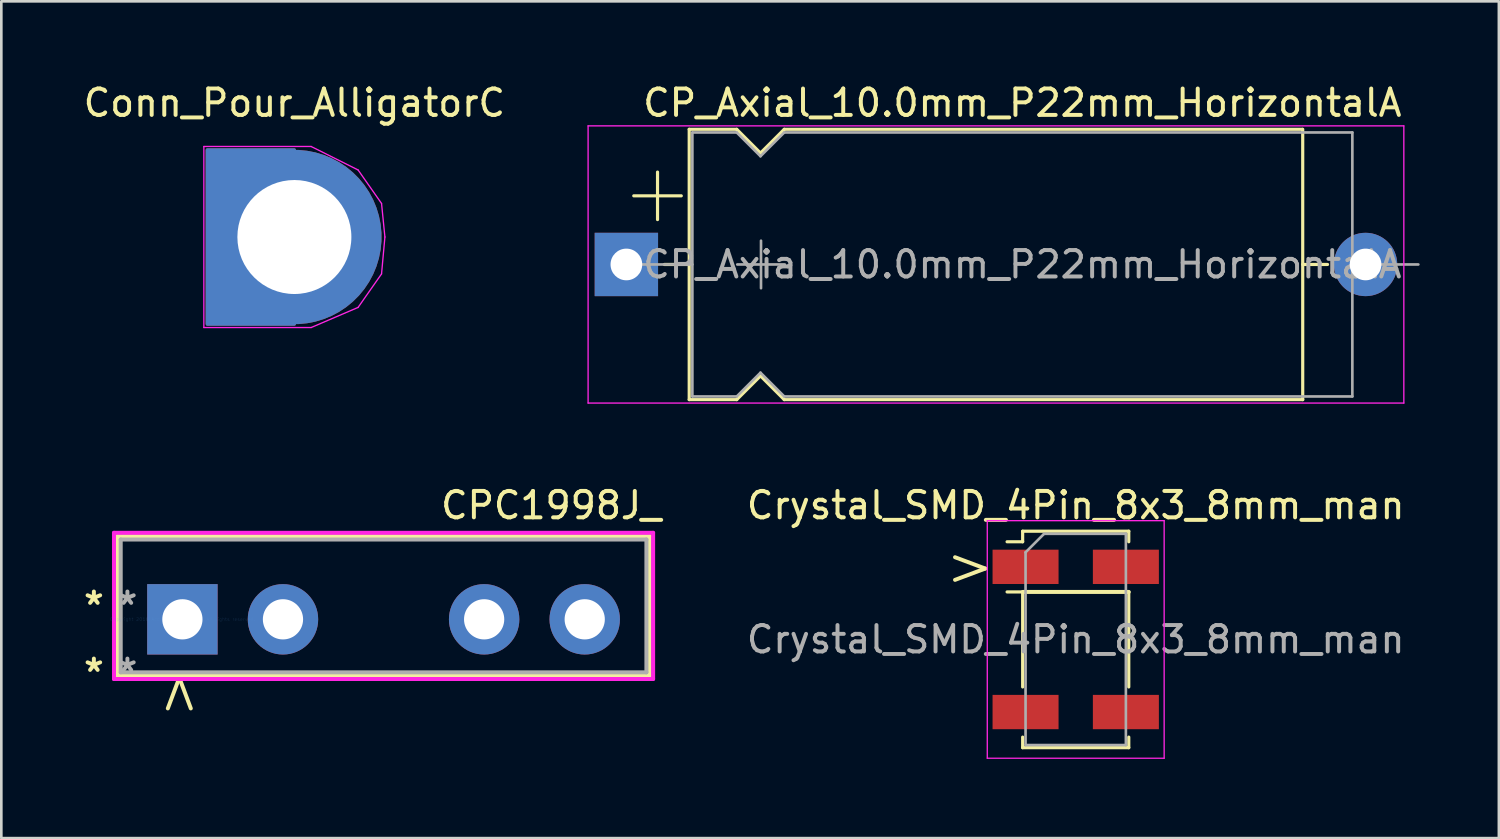
<source format=kicad_pcb>
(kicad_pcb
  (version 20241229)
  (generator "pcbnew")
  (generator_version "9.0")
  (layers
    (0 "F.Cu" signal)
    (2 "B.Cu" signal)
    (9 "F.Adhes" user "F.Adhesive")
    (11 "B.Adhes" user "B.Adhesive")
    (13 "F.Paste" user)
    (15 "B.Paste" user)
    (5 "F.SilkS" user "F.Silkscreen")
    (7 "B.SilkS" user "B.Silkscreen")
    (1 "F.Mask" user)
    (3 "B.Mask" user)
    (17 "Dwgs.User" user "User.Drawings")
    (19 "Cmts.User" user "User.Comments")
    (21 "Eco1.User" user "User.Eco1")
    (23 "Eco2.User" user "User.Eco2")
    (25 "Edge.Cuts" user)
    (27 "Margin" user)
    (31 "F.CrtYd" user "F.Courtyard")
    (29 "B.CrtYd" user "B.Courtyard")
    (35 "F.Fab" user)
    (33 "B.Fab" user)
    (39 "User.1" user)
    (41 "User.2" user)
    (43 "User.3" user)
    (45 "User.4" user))
  (footprint "CPC1998J_"
    (layer "F.Cu")
    (at 3.859 20.41)
    (property "Reference" "CPC1998J_" (at 13.97 -4.318 0) (layer "F.SilkS") (effects (font (size 1 1) (thickness 0.15))))
    (attr through_hole)
    (fp_line (start -2.464 -3.15) (end -2.464 2.134) (stroke (width 0.152) (type solid)) (layer "F.SilkS"))
    (fp_line (start -2.464 2.134) (end 17.704 2.134) (stroke (width 0.152) (type solid)) (layer "F.SilkS"))
    (fp_line (start 17.704 -3.15) (end -2.464 -3.15) (stroke (width 0.152) (type solid)) (layer "F.SilkS"))
    (fp_line (start 17.704 2.134) (end 17.704 -3.15) (stroke (width 0.152) (type solid)) (layer "F.SilkS"))
    (fp_line (start -2.591 -3.277) (end 17.831 -3.277) (stroke (width 0.152) (type solid)) (layer "F.CrtYd"))
    (fp_line (start -2.591 2.261) (end -2.591 -3.277) (stroke (width 0.152) (type solid)) (layer "F.CrtYd"))
    (fp_line (start 17.831 -3.277) (end 17.831 2.261) (stroke (width 0.152) (type solid)) (layer "F.CrtYd"))
    (fp_line (start 17.831 2.261) (end -2.591 2.261) (stroke (width 0.152) (type solid)) (layer "F.CrtYd"))
    (fp_line (start -2.337 -3.023) (end -2.337 2.007) (stroke (width 0.152) (type solid)) (layer "F.Fab"))
    (fp_line (start -2.337 2.007) (end 17.577 2.007) (stroke (width 0.152) (type solid)) (layer "F.Fab"))
    (fp_line (start 17.577 -3.023) (end -2.337 -3.023) (stroke (width 0.152) (type solid)) (layer "F.Fab"))
    (fp_line (start 17.577 2.007) (end 17.577 -3.023) (stroke (width 0.152) (type solid)) (layer "F.Fab"))
    (fp_text user "*" (at -3.353 2.032 0) (layer "F.SilkS") (effects (font (size 1 1) (thickness 0.15))))
    (fp_text user "<" (at 0 2.794 270) (unlocked yes) (layer "F.SilkS") (effects (font (size 1.524 1.524) (thickness 0.15))))
    (fp_text user "*" (at -3.353 -0.508 0) (layer "F.SilkS") (effects (font (size 1 1) (thickness 0.15))))
    (fp_text user "Copyright 2016 Accelerated Designs. All rights reserved." (at 0 0 0) (layer "Cmts.User") (effects (font (size 0.127 0.127) (thickness 0.002))))
    (fp_text user "*" (at -2.083 -0.508 0) (layer "F.Fab") (effects (font (size 1 1) (thickness 0.15))))
    (fp_text user "*" (at -2.083 2.032 0) (layer "F.Fab") (effects (font (size 1 1) (thickness 0.15))))
    (pad "1" thru_hole rect (at 0 0) (size 2.667 2.667) (drill 1.524) (layers "*.Cu" "*.Mask"))
    (pad "2" thru_hole circle (at 3.81 0) (size 2.667 2.667) (drill 1.524) (layers "*.Cu" "*.Mask"))
    (pad "3" thru_hole circle (at 11.43 0) (size 2.667 2.667) (drill 1.524) (layers "*.Cu" "*.Mask"))
    (pad "4" thru_hole circle (at 15.24 0) (size 2.667 2.667) (drill 1.524) (layers "*.Cu" "*.Mask")))
  (footprint "Crystal_SMD_4Pin_8x3_8mm_man"
    (layer "F.Cu")
    (at 37.698 21.172)
    (property "Reference" "Crystal_SMD_4Pin_8x3_8mm_man" (at 0 -5.08 0) (layer "F.SilkS") (effects (font (size 1 1) (thickness 0.15))))
    (attr smd)
    (fp_line (start -2.6 -3.7) (end -2.01 -3.7) (stroke (width 0.12) (type solid)) (layer "F.SilkS"))
    (fp_line (start -2.01 -4.1) (end -2.01 -3.7) (stroke (width 0.12) (type solid)) (layer "F.SilkS"))
    (fp_line (start -2.01 -1.8) (end -2.6 -1.8) (stroke (width 0.12) (type solid)) (layer "F.SilkS"))
    (fp_line (start -2.01 -1.8) (end -2.01 1.8) (stroke (width 0.12) (type solid)) (layer "F.SilkS"))
    (fp_line (start -2.01 4.1) (end -2.01 3.7) (stroke (width 0.12) (type solid)) (layer "F.SilkS"))
    (fp_line (start -2 -1.8) (end 2.01 -1.8) (stroke (width 0.15) (type solid)) (layer "F.SilkS"))
    (fp_line (start 2.01 -4.1) (end -2.01 -4.1) (stroke (width 0.12) (type solid)) (layer "F.SilkS"))
    (fp_line (start 2.01 -4.1) (end 2.01 -3.7) (stroke (width 0.12) (type solid)) (layer "F.SilkS"))
    (fp_line (start 2.01 -1.8) (end 2.01 1.8) (stroke (width 0.12) (type solid)) (layer "F.SilkS"))
    (fp_line (start 2.01 4.1) (end -2.01 4.1) (stroke (width 0.12) (type solid)) (layer "F.SilkS"))
    (fp_line (start 2.01 4.1) (end 2.01 3.7) (stroke (width 0.12) (type solid)) (layer "F.SilkS"))
    (fp_line (start -3.35 -4.5) (end -3.35 4.5) (stroke (width 0.05) (type solid)) (layer "F.CrtYd"))
    (fp_line (start -3.35 4.5) (end 3.35 4.5) (stroke (width 0.05) (type solid)) (layer "F.CrtYd"))
    (fp_line (start 3.35 -4.5) (end -3.35 -4.5) (stroke (width 0.05) (type solid)) (layer "F.CrtYd"))
    (fp_line (start 3.35 4.5) (end 3.35 -4.5) (stroke (width 0.05) (type solid)) (layer "F.CrtYd"))
    (fp_line (start -1.9 -3.3) (end -1.2 -4) (stroke (width 0.1) (type solid)) (layer "F.Fab"))
    (fp_line (start -1.9 4) (end -1.9 -3.3) (stroke (width 0.1) (type solid)) (layer "F.Fab"))
    (fp_line (start -1.2 -4) (end 1.9 -4) (stroke (width 0.1) (type solid)) (layer "F.Fab"))
    (fp_line (start 1.9 -4) (end 1.9 4) (stroke (width 0.1) (type solid)) (layer "F.Fab"))
    (fp_line (start 1.9 4) (end -1.9 4) (stroke (width 0.1) (type solid)) (layer "F.Fab"))
    (fp_text user ">" (at -4 -2.8 0) (unlocked yes) (layer "F.SilkS") (effects (font (size 1.5 1.5) (thickness 0.15))))
    (fp_text user "${REFERENCE}" (at 0 0 0) (layer "F.Fab") (effects (font (size 1 1) (thickness 0.15))))
    (pad "1" smd rect (at -1.9 -2.75 270) (size 1.3 2.5) (layers "F.Cu" "F.Mask" "F.Paste"))
    (pad "2" smd rect (at -1.9 2.75 270) (size 1.3 2.5) (layers "F.Cu" "F.Mask" "F.Paste"))
    (pad "3" smd rect (at 1.9 2.75 270) (size 1.3 2.5) (layers "F.Cu" "F.Mask" "F.Paste"))
    (pad "4" smd rect (at 1.9 -2.75 270) (size 1.3 2.5) (layers "F.Cu" "F.Mask" "F.Paste")))
  (footprint "CP_Axial_10.0mm_P22mm_HorizontalA"
    (layer "F.Cu")
    (at 20.677 6.968)
    (property "Reference" "CP_Axial_10.0mm_P22mm_HorizontalA" (at 15 -6.12 0) (layer "F.SilkS") (effects (font (size 1 1) (thickness 0.15))))
    (attr through_hole)
    (fp_line (start 0.28 -2.6) (end 2.08 -2.6) (stroke (width 0.12) (type solid)) (layer "F.SilkS"))
    (fp_line (start 1.18 -3.5) (end 1.18 -1.7) (stroke (width 0.12) (type solid)) (layer "F.SilkS"))
    (fp_line (start 1.44 0) (end 2.38 0) (stroke (width 0.12) (type solid)) (layer "F.SilkS"))
    (fp_line (start 2.38 -5.12) (end 2.38 5.12) (stroke (width 0.12) (type solid)) (layer "F.SilkS"))
    (fp_line (start 2.38 -5.12) (end 4.18 -5.12) (stroke (width 0.12) (type solid)) (layer "F.SilkS"))
    (fp_line (start 2.38 5.12) (end 4.18 5.12) (stroke (width 0.12) (type solid)) (layer "F.SilkS"))
    (fp_line (start 4.18 -5.12) (end 5.08 -4.22) (stroke (width 0.12) (type solid)) (layer "F.SilkS"))
    (fp_line (start 4.18 5.12) (end 5.08 4.22) (stroke (width 0.12) (type solid)) (layer "F.SilkS"))
    (fp_line (start 5.08 -4.22) (end 5.98 -5.12) (stroke (width 0.12) (type solid)) (layer "F.SilkS"))
    (fp_line (start 5.08 4.22) (end 5.98 5.12) (stroke (width 0.12) (type solid)) (layer "F.SilkS"))
    (fp_line (start 5.98 -5.12) (end 25.6 -5.12) (stroke (width 0.12) (type solid)) (layer "F.SilkS"))
    (fp_line (start 5.98 5.12) (end 25.62 5.12) (stroke (width 0.12) (type solid)) (layer "F.SilkS"))
    (fp_line (start 25.62 -5.12) (end 25.62 5.12) (stroke (width 0.12) (type solid)) (layer "F.SilkS"))
    (fp_line (start 26.56 0) (end 25.62 0) (stroke (width 0.12) (type solid)) (layer "F.SilkS"))
    (fp_line (start -1.45 -5.25) (end -1.45 5.25) (stroke (width 0.05) (type solid)) (layer "F.CrtYd"))
    (fp_line (start -1.45 5.25) (end 29.45 5.25) (stroke (width 0.05) (type solid)) (layer "F.CrtYd"))
    (fp_line (start 29.45 -5.25) (end -1.45 -5.25) (stroke (width 0.05) (type solid)) (layer "F.CrtYd"))
    (fp_line (start 29.45 5.25) (end 29.45 -5.25) (stroke (width 0.05) (type solid)) (layer "F.CrtYd"))
    (fp_line (start 0 0) (end 2.5 0) (stroke (width 0.1) (type solid)) (layer "F.Fab"))
    (fp_line (start 2.5 -5) (end 2.5 5) (stroke (width 0.1) (type solid)) (layer "F.Fab"))
    (fp_line (start 2.5 -5) (end 4.18 -5) (stroke (width 0.1) (type solid)) (layer "F.Fab"))
    (fp_line (start 2.5 5) (end 4.18 5) (stroke (width 0.1) (type solid)) (layer "F.Fab"))
    (fp_line (start 4.18 -5) (end 5.08 -4.1) (stroke (width 0.1) (type solid)) (layer "F.Fab"))
    (fp_line (start 4.18 5) (end 5.08 4.1) (stroke (width 0.1) (type solid)) (layer "F.Fab"))
    (fp_line (start 4.2 0) (end 6 0) (stroke (width 0.1) (type solid)) (layer "F.Fab"))
    (fp_line (start 5.08 -4.1) (end 5.98 -5) (stroke (width 0.1) (type solid)) (layer "F.Fab"))
    (fp_line (start 5.08 4.1) (end 5.98 5) (stroke (width 0.1) (type solid)) (layer "F.Fab"))
    (fp_line (start 5.1 -0.9) (end 5.1 0.9) (stroke (width 0.1) (type solid)) (layer "F.Fab"))
    (fp_line (start 5.98 -5) (end 27.5 -5) (stroke (width 0.1) (type solid)) (layer "F.Fab"))
    (fp_line (start 5.98 5) (end 27.5 5) (stroke (width 0.1) (type solid)) (layer "F.Fab"))
    (fp_line (start 27.5 -5) (end 27.5 5) (stroke (width 0.1) (type solid)) (layer "F.Fab"))
    (fp_line (start 30 0) (end 27.5 0) (stroke (width 0.1) (type solid)) (layer "F.Fab"))
    (fp_text user "${REFERENCE}" (at 15 0 0) (layer "F.Fab") (effects (font (size 1 1) (thickness 0.15))))
    (pad "1" thru_hole rect (at 0 0) (size 2.4 2.4) (drill 1.2) (layers "*.Cu" "*.Mask"))
    (pad "2" thru_hole oval (at 28 0) (size 2.4 2.4) (drill 1.2) (layers "*.Cu" "*.Mask")))
  (footprint "Conn_Pour_AlligatorC"
    (layer "F.Cu")
    (at 8.101 5.928)
    (property "Reference" "Conn_Pour_AlligatorC" (at 0 -5.08 0) (unlocked yes) (layer "F.SilkS") (effects (font (size 1 1) (thickness 0.15))))
    (attr through_hole)
    (fp_line (start -3.429 -3.429) (end -3.429 3.429) (stroke (width 0.05) (type solid)) (layer "F.CrtYd"))
    (fp_line (start -3.429 3.429) (end 0.635 3.429) (stroke (width 0.05) (type solid)) (layer "F.CrtYd"))
    (fp_line (start 0.635 -3.429) (end -3.429 -3.429) (stroke (width 0.05) (type solid)) (layer "F.CrtYd"))
    (fp_line (start 0.635 3.429) (end 2.413 2.667) (stroke (width 0.05) (type solid)) (layer "F.CrtYd"))
    (fp_line (start 2.413 -2.54) (end 0.635 -3.429) (stroke (width 0.05) (type solid)) (layer "F.CrtYd"))
    (fp_line (start 2.413 2.667) (end 3.302 1.397) (stroke (width 0.05) (type solid)) (layer "F.CrtYd"))
    (fp_line (start 3.302 -1.27) (end 2.413 -2.54) (stroke (width 0.05) (type solid)) (layer "F.CrtYd"))
    (fp_line (start 3.302 1.397) (end 3.429 0) (stroke (width 0.05) (type solid)) (layer "F.CrtYd"))
    (fp_line (start 3.429 0) (end 3.302 -1.27) (stroke (width 0.05) (type solid)) (layer "F.CrtYd"))
    (pad "1" thru_hole custom (at 0 0) (size 6.604 6.604) (drill 4.318) (layers "*.Cu" "*.Mask") (options (anchor circle)) (primitives (gr_poly (pts (xy 0 -3.302) (xy -3.302 -3.302) (xy -3.302 3.302) (xy 0 3.302) (xy 0 2.794) (xy -2.286 2.286) (xy -2.286 -2.286) (xy 0 -2.794)) (width 0.12) (fill yes)))))
  (gr_rect
    (start -3 -3)
    (end 53.727 28.697)
    (stroke (width 0.1) (type default))
    (fill no)
    (layer "Edge.Cuts")))
</source>
